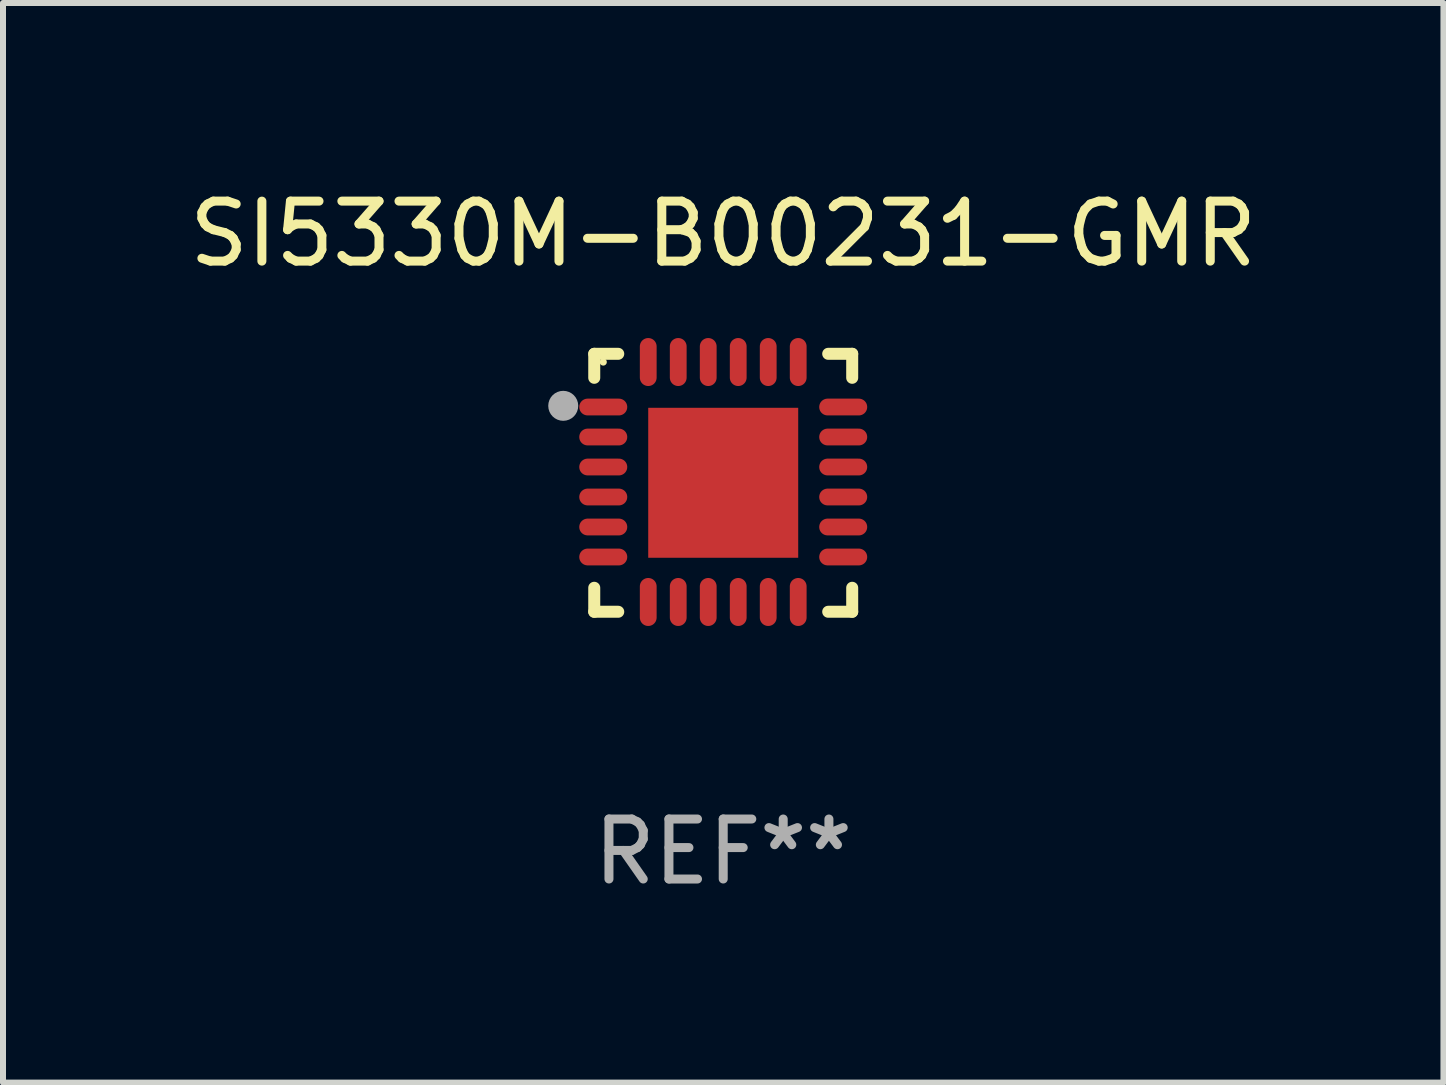
<source format=kicad_pcb>
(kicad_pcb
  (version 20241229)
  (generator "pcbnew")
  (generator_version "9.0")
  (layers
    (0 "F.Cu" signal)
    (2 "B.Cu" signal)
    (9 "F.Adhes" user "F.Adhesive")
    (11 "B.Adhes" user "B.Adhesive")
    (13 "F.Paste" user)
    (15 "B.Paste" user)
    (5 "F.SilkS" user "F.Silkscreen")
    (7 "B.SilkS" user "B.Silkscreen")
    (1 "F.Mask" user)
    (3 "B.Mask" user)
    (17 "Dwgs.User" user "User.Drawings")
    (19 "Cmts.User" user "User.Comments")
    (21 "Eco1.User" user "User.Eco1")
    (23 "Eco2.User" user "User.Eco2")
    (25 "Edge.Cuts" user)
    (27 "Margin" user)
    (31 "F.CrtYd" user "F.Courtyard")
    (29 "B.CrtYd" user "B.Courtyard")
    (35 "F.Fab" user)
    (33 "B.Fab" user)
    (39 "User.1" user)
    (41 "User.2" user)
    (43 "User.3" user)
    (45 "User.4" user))
  (footprint "SI5330M-B00231-GMR"
    (layer "F.Cu")
    (at 9.006 4.998)
    (property "Reference" "SI5330M-B00231-GMR" (at 0 -4.15 0) (layer "F.SilkS") (effects (font (size 1 1) (thickness 0.15))))
    (attr through_hole)
    (fp_line (start -2.15 -2.15) (end -1.75 -2.15) (stroke (width 0.2) (type solid)) (layer "F.SilkS"))
    (fp_line (start -2.15 -1.75) (end -2.15 -2.15) (stroke (width 0.2) (type solid)) (layer "F.SilkS"))
    (fp_line (start -2.15 2.15) (end -2.15 1.75) (stroke (width 0.2) (type solid)) (layer "F.SilkS"))
    (fp_line (start -1.75 2.15) (end -2.15 2.15) (stroke (width 0.2) (type solid)) (layer "F.SilkS"))
    (fp_line (start 1.75 -2.15) (end 2.15 -2.15) (stroke (width 0.2) (type solid)) (layer "F.SilkS"))
    (fp_line (start 1.75 2.15) (end 2.15 2.15) (stroke (width 0.2) (type solid)) (layer "F.SilkS"))
    (fp_line (start 2.15 -2.15) (end 2.15 -1.75) (stroke (width 0.2) (type solid)) (layer "F.SilkS"))
    (fp_line (start 2.15 2.15) (end 2.15 1.75) (stroke (width 0.2) (type solid)) (layer "F.SilkS"))
    (fp_circle (center -2 -2.013) (end -1.97 -2.013) (stroke (width 0.06) (type solid)) (fill no) (layer "F.SilkS"))
    (fp_circle (center -2.667 -1.283) (end -2.542 -1.283) (stroke (width 0.25) (type solid)) (fill no) (layer "F.Fab"))
    (fp_text user "REF**" (at 0 6.15 0) (layer "F.Fab") (effects (font (size 1 1) (thickness 0.15))))
    (pad "1" smd oval (at -2 -1.263) (size 0.8 0.28) (layers "F.Cu" "F.Mask" "F.Paste"))
    (pad "2" smd oval (at -2 -0.763) (size 0.8 0.28) (layers "F.Cu" "F.Mask" "F.Paste"))
    (pad "3" smd oval (at -2 -0.263) (size 0.8 0.28) (layers "F.Cu" "F.Mask" "F.Paste"))
    (pad "4" smd oval (at -2 0.237) (size 0.8 0.28) (layers "F.Cu" "F.Mask" "F.Paste"))
    (pad "5" smd oval (at -2 0.737) (size 0.8 0.28) (layers "F.Cu" "F.Mask" "F.Paste"))
    (pad "6" smd oval (at -2 1.237) (size 0.8 0.28) (layers "F.Cu" "F.Mask" "F.Paste"))
    (pad "7" smd oval (at -1.25 1.987) (size 0.28 0.8) (layers "F.Cu" "F.Mask" "F.Paste"))
    (pad "8" smd oval (at -0.75 1.987) (size 0.28 0.8) (layers "F.Cu" "F.Mask" "F.Paste"))
    (pad "9" smd oval (at -0.25 1.987) (size 0.28 0.8) (layers "F.Cu" "F.Mask" "F.Paste"))
    (pad "10" smd oval (at 0.25 1.987) (size 0.28 0.8) (layers "F.Cu" "F.Mask" "F.Paste"))
    (pad "11" smd oval (at 0.75 1.987) (size 0.28 0.8) (layers "F.Cu" "F.Mask" "F.Paste"))
    (pad "12" smd oval (at 1.25 1.987) (size 0.28 0.8) (layers "F.Cu" "F.Mask" "F.Paste"))
    (pad "13" smd oval (at 2 1.237) (size 0.8 0.28) (layers "F.Cu" "F.Mask" "F.Paste"))
    (pad "14" smd oval (at 2 0.737) (size 0.8 0.28) (layers "F.Cu" "F.Mask" "F.Paste"))
    (pad "15" smd oval (at 2 0.237) (size 0.8 0.28) (layers "F.Cu" "F.Mask" "F.Paste"))
    (pad "16" smd oval (at 2 -0.263) (size 0.8 0.28) (layers "F.Cu" "F.Mask" "F.Paste"))
    (pad "17" smd oval (at 2 -0.763) (size 0.8 0.28) (layers "F.Cu" "F.Mask" "F.Paste"))
    (pad "18" smd oval (at 2 -1.263) (size 0.8 0.28) (layers "F.Cu" "F.Mask" "F.Paste"))
    (pad "19" smd oval (at 1.25 -2.013) (size 0.28 0.8) (layers "F.Cu" "F.Mask" "F.Paste"))
    (pad "20" smd oval (at 0.75 -2.013) (size 0.28 0.8) (layers "F.Cu" "F.Mask" "F.Paste"))
    (pad "21" smd oval (at 0.25 -2.013) (size 0.28 0.8) (layers "F.Cu" "F.Mask" "F.Paste"))
    (pad "22" smd oval (at -0.25 -2.013) (size 0.28 0.8) (layers "F.Cu" "F.Mask" "F.Paste"))
    (pad "23" smd oval (at -0.75 -2.013) (size 0.28 0.8) (layers "F.Cu" "F.Mask" "F.Paste"))
    (pad "24" smd oval (at -1.25 -2.013) (size 0.28 0.8) (layers "F.Cu" "F.Mask" "F.Paste"))
    (pad "25" smd rect (at -0.000127 -0.00014) (size 2.5 2.5) (layers "F.Cu" "F.Mask" "F.Paste")))
  (gr_rect
    (start -3 -3)
    (end 21.012 14.997)
    (stroke (width 0.1) (type default))
    (fill no)
    (layer "Edge.Cuts")))
</source>
